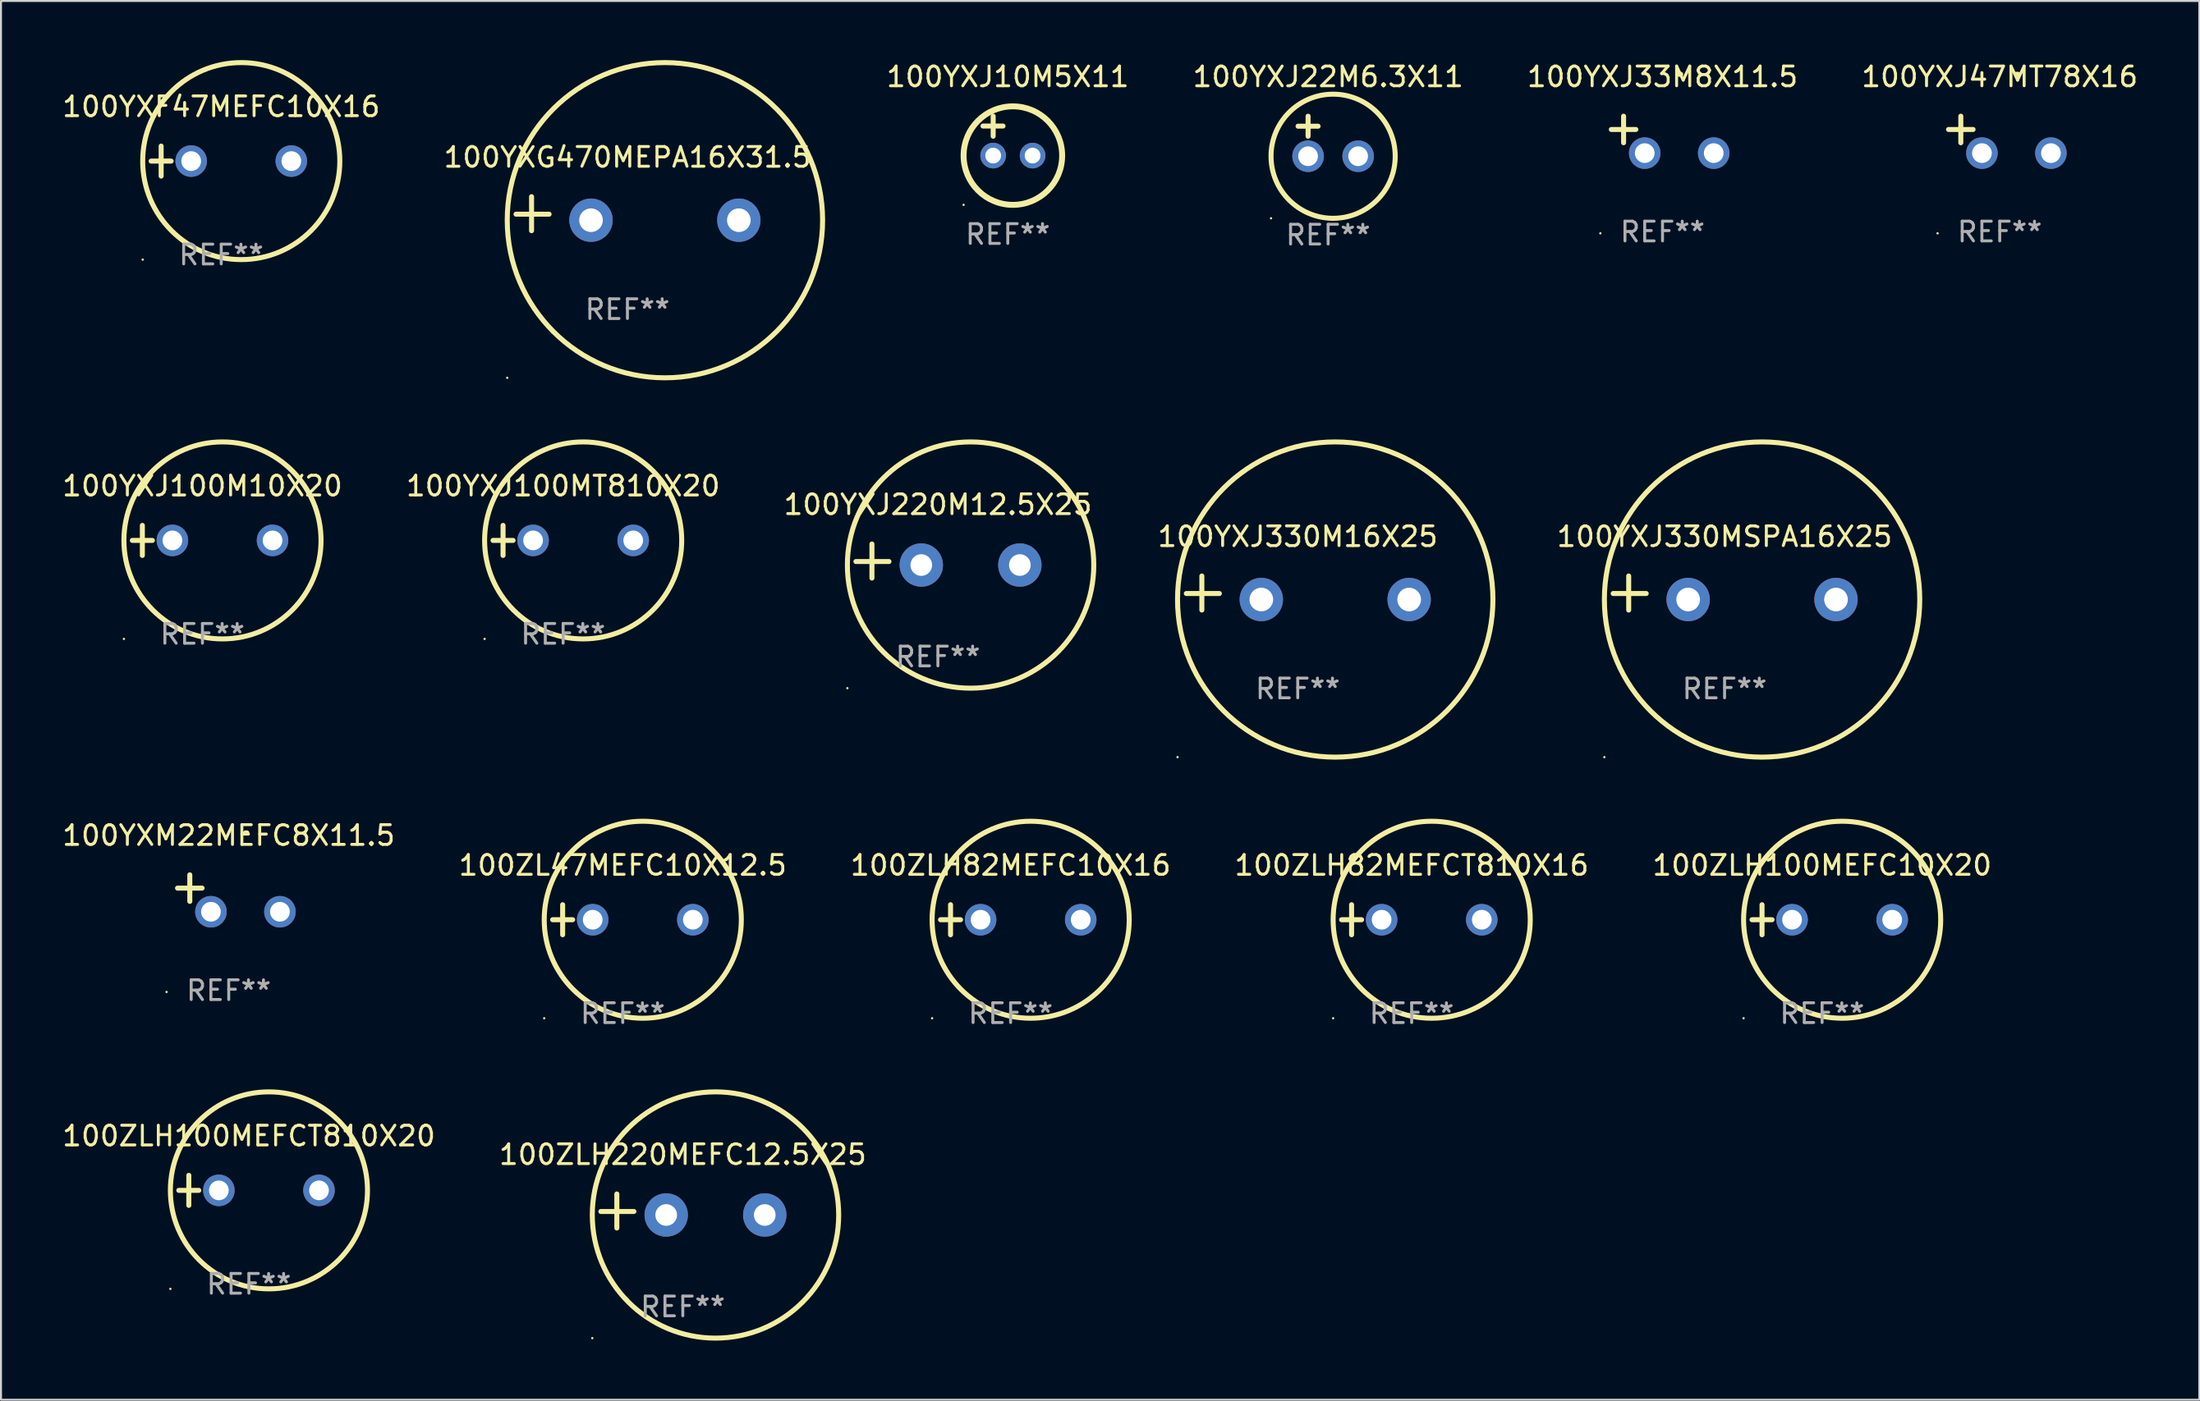
<source format=kicad_pcb>
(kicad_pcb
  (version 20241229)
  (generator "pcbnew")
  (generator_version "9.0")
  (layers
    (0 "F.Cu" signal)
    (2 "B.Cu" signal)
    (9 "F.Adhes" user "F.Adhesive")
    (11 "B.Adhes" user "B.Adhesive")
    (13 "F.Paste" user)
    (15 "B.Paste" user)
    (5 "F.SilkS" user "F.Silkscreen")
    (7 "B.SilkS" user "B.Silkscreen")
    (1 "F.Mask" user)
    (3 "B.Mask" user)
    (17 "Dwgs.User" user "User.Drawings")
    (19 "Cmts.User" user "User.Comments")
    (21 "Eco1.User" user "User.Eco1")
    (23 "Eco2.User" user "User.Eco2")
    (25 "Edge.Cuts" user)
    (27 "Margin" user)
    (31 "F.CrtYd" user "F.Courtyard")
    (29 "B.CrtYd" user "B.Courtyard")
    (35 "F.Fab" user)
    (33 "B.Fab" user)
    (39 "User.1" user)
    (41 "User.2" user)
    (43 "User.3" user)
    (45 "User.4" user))
  (footprint "100YXM22MEFC8X11.5"
    (layer "F.Cu")
    (at 8.554 42.293)
    (property "Reference" "100YXM22MEFC8X11.5" (at 0 -2.937 0) (layer "F.SilkS") (effects (font (size 1 1) (thickness 0.15))))
    (attr through_hole)
    (fp_line (start -1.975 0.41) (end -1.975 -0.937) (stroke (width 0.254) (type solid)) (layer "F.SilkS"))
    (fp_line (start -1.353 -0.263) (end -2.597 -0.263) (stroke (width 0.254) (type solid)) (layer "F.SilkS"))
    (fp_arc (start 0.849809 -3.063957) (mid 0.885369 -3.064114) (end 0.920929 -3.063957) (stroke (width 0.254001) (type solid)) (layer "F.SilkS"))
    (fp_circle (center -3.154 5.008) (end -3.124 5.008) (stroke (width 0.06) (type solid)) (fill no) (layer "F.SilkS"))
    (fp_text user "REF**" (at 0 4.937 0) (layer "F.Fab") (effects (font (size 1 1) (thickness 0.15))))
    (pad "1" thru_hole circle (at -0.903 0.937) (size 1.6 1.6) (drill 1) (layers "*.Cu" "*.Mask"))
    (pad "2" thru_hole circle (at 2.597 0.937) (size 1.6 1.6) (drill 1) (layers "*.Cu" "*.Mask")))
  (footprint "100ZLH82MEFCT810X16"
    (layer "F.Cu")
    (at 68.565 43.635)
    (property "Reference" "100ZLH82MEFCT810X16" (at 0 -2.762 0) (layer "F.SilkS") (effects (font (size 1 1) (thickness 0.15))))
    (attr through_hole)
    (fp_line (start -3.556 0) (end -2.54 0) (stroke (width 0.254) (type solid)) (layer "F.SilkS"))
    (fp_line (start -3.048 -0.762) (end -3.048 0.762) (stroke (width 0.254) (type solid)) (layer "F.SilkS"))
    (fp_circle (center -3.984 5) (end -3.954 5) (stroke (width 0.06) (type solid)) (fill no) (layer "F.SilkS"))
    (fp_circle (center 1.016 0) (end 6.016 0) (stroke (width 0.254) (type solid)) (fill no) (layer "F.SilkS"))
    (fp_text user "REF**" (at 0 4.762 0) (layer "F.Fab") (effects (font (size 1 1) (thickness 0.15))))
    (pad "1" thru_hole circle (at -1.524 0) (size 1.6 1.6) (drill 1) (layers "*.Cu" "*.Mask"))
    (pad "2" thru_hole circle (at 3.556 0) (size 1.6 1.6) (drill 1) (layers "*.Cu" "*.Mask")))
  (footprint "100YXJ22M6.3X11"
    (layer "F.Cu")
    (at 64.326 3.864)
    (property "Reference" "100YXJ22M6.3X11" (at 0 -3.016 0) (layer "F.SilkS") (effects (font (size 1 1) (thickness 0.15))))
    (attr through_hole)
    (fp_line (start -1.524 -0.508) (end -0.508 -0.508) (stroke (width 0.254) (type solid)) (layer "F.SilkS"))
    (fp_line (start -1.016 -1.016) (end -1.016 0) (stroke (width 0.254) (type solid)) (layer "F.SilkS"))
    (fp_circle (center -2.896 4.166) (end -2.866 4.166) (stroke (width 0.06) (type solid)) (fill no) (layer "F.SilkS"))
    (fp_circle (center 0.254 1.016) (end 3.404 1.016) (stroke (width 0.254) (type solid)) (fill no) (layer "F.SilkS"))
    (fp_text user "REF**" (at 0 5.016 0) (layer "F.Fab") (effects (font (size 1 1) (thickness 0.15))))
    (pad "1" thru_hole circle (at -1.016 1.016) (size 1.6 1.6) (drill 1) (layers "*.Cu" "*.Mask"))
    (pad "2" thru_hole circle (at 1.524 1.016) (size 1.6 1.6) (drill 1) (layers "*.Cu" "*.Mask")))
  (footprint "100YXJ330M16X25"
    (layer "F.Cu")
    (at 62.785 27.051)
    (property "Reference" "100YXJ330M16X25" (at 0 -2.864 0) (layer "F.SilkS") (effects (font (size 1 1) (thickness 0.15))))
    (attr through_hole)
    (fp_line (start -4.864 0.864) (end -4.864 -0.864) (stroke (width 0.254) (type solid)) (layer "F.SilkS"))
    (fp_line (start -3.975 0.025) (end -5.652 0.025) (stroke (width 0.254) (type solid)) (layer "F.SilkS"))
    (fp_circle (center -6.098 8.33) (end -6.068 8.33) (stroke (width 0.06) (type solid)) (fill no) (layer "F.SilkS"))
    (fp_circle (center 1.902 0.33) (end 9.902 0.33) (stroke (width 0.254) (type solid)) (fill no) (layer "F.SilkS"))
    (fp_text user "REF**" (at 0 4.864 0) (layer "F.Fab") (effects (font (size 1 1) (thickness 0.15))))
    (pad "1" thru_hole circle (at -1.848 0.33) (size 2.2 2.2) (drill 1.2) (layers "*.Cu" "*.Mask"))
    (pad "2" thru_hole circle (at 5.652 0.33) (size 2.2 2.2) (drill 1.2) (layers "*.Cu" "*.Mask")))
  (footprint "100ZLH100MEFC10X20"
    (layer "F.Cu")
    (at 89.387 43.635)
    (property "Reference" "100ZLH100MEFC10X20" (at 0 -2.762 0) (layer "F.SilkS") (effects (font (size 1 1) (thickness 0.15))))
    (attr through_hole)
    (fp_line (start -3.556 0) (end -2.54 0) (stroke (width 0.254) (type solid)) (layer "F.SilkS"))
    (fp_line (start -3.048 -0.762) (end -3.048 0.762) (stroke (width 0.254) (type solid)) (layer "F.SilkS"))
    (fp_circle (center -3.984 5) (end -3.954 5) (stroke (width 0.06) (type solid)) (fill no) (layer "F.SilkS"))
    (fp_circle (center 1.016 0) (end 6.016 0) (stroke (width 0.254) (type solid)) (fill no) (layer "F.SilkS"))
    (fp_text user "REF**" (at 0 4.762 0) (layer "F.Fab") (effects (font (size 1 1) (thickness 0.15))))
    (pad "1" thru_hole circle (at -1.524 0) (size 1.6 1.6) (drill 1) (layers "*.Cu" "*.Mask"))
    (pad "2" thru_hole circle (at 3.556 0) (size 1.6 1.6) (drill 1) (layers "*.Cu" "*.Mask")))
  (footprint "100YXG470MEPA16X31.5"
    (layer "F.Cu")
    (at 28.78 7.797)
    (property "Reference" "100YXG470MEPA16X31.5" (at 0 -2.864 0) (layer "F.SilkS") (effects (font (size 1 1) (thickness 0.15))))
    (attr through_hole)
    (fp_line (start -4.864 0.864) (end -4.864 -0.864) (stroke (width 0.254) (type solid)) (layer "F.SilkS"))
    (fp_line (start -3.975 0.025) (end -5.652 0.025) (stroke (width 0.254) (type solid)) (layer "F.SilkS"))
    (fp_circle (center -6.098 8.33) (end -6.068 8.33) (stroke (width 0.06) (type solid)) (fill no) (layer "F.SilkS"))
    (fp_circle (center 1.902 0.33) (end 9.902 0.33) (stroke (width 0.254) (type solid)) (fill no) (layer "F.SilkS"))
    (fp_text user "REF**" (at 0 4.864 0) (layer "F.Fab") (effects (font (size 1 1) (thickness 0.15))))
    (pad "1" thru_hole circle (at -1.848 0.33) (size 2.2 2.2) (drill 1.2) (layers "*.Cu" "*.Mask"))
    (pad "2" thru_hole circle (at 5.652 0.33) (size 2.2 2.2) (drill 1.2) (layers "*.Cu" "*.Mask")))
  (footprint "100YXF47MEFC10X16"
    (layer "F.Cu")
    (at 8.173 5.127)
    (property "Reference" "100YXF47MEFC10X16" (at 0 -2.762 0) (layer "F.SilkS") (effects (font (size 1 1) (thickness 0.15))))
    (attr through_hole)
    (fp_line (start -3.556 0) (end -2.54 0) (stroke (width 0.254) (type solid)) (layer "F.SilkS"))
    (fp_line (start -3.048 -0.762) (end -3.048 0.762) (stroke (width 0.254) (type solid)) (layer "F.SilkS"))
    (fp_circle (center -3.984 5) (end -3.954 5) (stroke (width 0.06) (type solid)) (fill no) (layer "F.SilkS"))
    (fp_circle (center 1.016 0) (end 6.016 0) (stroke (width 0.254) (type solid)) (fill no) (layer "F.SilkS"))
    (fp_text user "REF**" (at 0 4.762 0) (layer "F.Fab") (effects (font (size 1 1) (thickness 0.15))))
    (pad "1" thru_hole circle (at -1.524 0) (size 1.6 1.6) (drill 1) (layers "*.Cu" "*.Mask"))
    (pad "2" thru_hole circle (at 3.556 0) (size 1.6 1.6) (drill 1) (layers "*.Cu" "*.Mask")))
  (footprint "100ZLH100MEFCT810X20"
    (layer "F.Cu")
    (at 9.577 57.372)
    (property "Reference" "100ZLH100MEFCT810X20" (at 0 -2.762 0) (layer "F.SilkS") (effects (font (size 1 1) (thickness 0.15))))
    (attr through_hole)
    (fp_line (start -3.556 0) (end -2.54 0) (stroke (width 0.254) (type solid)) (layer "F.SilkS"))
    (fp_line (start -3.048 -0.762) (end -3.048 0.762) (stroke (width 0.254) (type solid)) (layer "F.SilkS"))
    (fp_circle (center -3.984 5) (end -3.954 5) (stroke (width 0.06) (type solid)) (fill no) (layer "F.SilkS"))
    (fp_circle (center 1.016 0) (end 6.016 0) (stroke (width 0.254) (type solid)) (fill no) (layer "F.SilkS"))
    (fp_text user "REF**" (at 0 4.762 0) (layer "F.Fab") (effects (font (size 1 1) (thickness 0.15))))
    (pad "1" thru_hole circle (at -1.524 0) (size 1.6 1.6) (drill 1) (layers "*.Cu" "*.Mask"))
    (pad "2" thru_hole circle (at 3.556 0) (size 1.6 1.6) (drill 1) (layers "*.Cu" "*.Mask")))
  (footprint "100YXJ100M10X20"
    (layer "F.Cu")
    (at 7.22 24.381)
    (property "Reference" "100YXJ100M10X20" (at 0 -2.762 0) (layer "F.SilkS") (effects (font (size 1 1) (thickness 0.15))))
    (attr through_hole)
    (fp_line (start -3.556 0) (end -2.54 0) (stroke (width 0.254) (type solid)) (layer "F.SilkS"))
    (fp_line (start -3.048 -0.762) (end -3.048 0.762) (stroke (width 0.254) (type solid)) (layer "F.SilkS"))
    (fp_circle (center -3.984 5) (end -3.954 5) (stroke (width 0.06) (type solid)) (fill no) (layer "F.SilkS"))
    (fp_circle (center 1.016 0) (end 6.016 0) (stroke (width 0.254) (type solid)) (fill no) (layer "F.SilkS"))
    (fp_text user "REF**" (at 0 4.762 0) (layer "F.Fab") (effects (font (size 1 1) (thickness 0.15))))
    (pad "1" thru_hole circle (at -1.524 0) (size 1.6 1.6) (drill 1) (layers "*.Cu" "*.Mask"))
    (pad "2" thru_hole circle (at 3.556 0) (size 1.6 1.6) (drill 1) (layers "*.Cu" "*.Mask")))
  (footprint "100YXJ330MSPA16X25"
    (layer "F.Cu")
    (at 84.439 27.051)
    (property "Reference" "100YXJ330MSPA16X25" (at 0 -2.864 0) (layer "F.SilkS") (effects (font (size 1 1) (thickness 0.15))))
    (attr through_hole)
    (fp_line (start -4.864 0.864) (end -4.864 -0.864) (stroke (width 0.254) (type solid)) (layer "F.SilkS"))
    (fp_line (start -3.975 0.025) (end -5.652 0.025) (stroke (width 0.254) (type solid)) (layer "F.SilkS"))
    (fp_circle (center -6.098 8.33) (end -6.068 8.33) (stroke (width 0.06) (type solid)) (fill no) (layer "F.SilkS"))
    (fp_circle (center 1.902 0.33) (end 9.902 0.33) (stroke (width 0.254) (type solid)) (fill no) (layer "F.SilkS"))
    (fp_text user "REF**" (at 0 4.864 0) (layer "F.Fab") (effects (font (size 1 1) (thickness 0.15))))
    (pad "1" thru_hole circle (at -1.848 0.33) (size 2.2 2.2) (drill 1.2) (layers "*.Cu" "*.Mask"))
    (pad "2" thru_hole circle (at 5.652 0.33) (size 2.2 2.2) (drill 1.2) (layers "*.Cu" "*.Mask")))
  (footprint "100ZLH220MEFC12.5X25"
    (layer "F.Cu")
    (at 31.589 58.419)
    (property "Reference" "100ZLH220MEFC12.5X25" (at 0 -2.864 0) (layer "F.SilkS") (effects (font (size 1 1) (thickness 0.15))))
    (attr through_hole)
    (fp_line (start -3.346 0.864) (end -3.346 -0.864) (stroke (width 0.254) (type solid)) (layer "F.SilkS"))
    (fp_line (start -2.482 0.025) (end -4.158 0.025) (stroke (width 0.254) (type solid)) (layer "F.SilkS"))
    (fp_circle (center -4.592 6.453) (end -4.562 6.453) (stroke (width 0.06) (type solid)) (fill no) (layer "F.SilkS"))
    (fp_circle (center 1.658 0.203) (end 7.908 0.203) (stroke (width 0.254) (type solid)) (fill no) (layer "F.SilkS"))
    (fp_text user "REF**" (at 0 4.864 0) (layer "F.Fab") (effects (font (size 1 1) (thickness 0.15))))
    (pad "1" thru_hole circle (at -0.842 0.203) (size 2.2 2.2) (drill 1.1) (layers "*.Cu" "*.Mask"))
    (pad "2" thru_hole circle (at 4.158 0.203) (size 2.2 2.2) (drill 1.1) (layers "*.Cu" "*.Mask")))
  (footprint "100YXJ220M12.5X25"
    (layer "F.Cu")
    (at 44.53 25.428)
    (property "Reference" "100YXJ220M12.5X25" (at 0 -2.864 0) (layer "F.SilkS") (effects (font (size 1 1) (thickness 0.15))))
    (attr through_hole)
    (fp_line (start -3.346 0.864) (end -3.346 -0.864) (stroke (width 0.254) (type solid)) (layer "F.SilkS"))
    (fp_line (start -2.482 0.025) (end -4.158 0.025) (stroke (width 0.254) (type solid)) (layer "F.SilkS"))
    (fp_circle (center -4.592 6.453) (end -4.562 6.453) (stroke (width 0.06) (type solid)) (fill no) (layer "F.SilkS"))
    (fp_circle (center 1.658 0.203) (end 7.908 0.203) (stroke (width 0.254) (type solid)) (fill no) (layer "F.SilkS"))
    (fp_text user "REF**" (at 0 4.864 0) (layer "F.Fab") (effects (font (size 1 1) (thickness 0.15))))
    (pad "1" thru_hole circle (at -0.842 0.203) (size 2.2 2.2) (drill 1.1) (layers "*.Cu" "*.Mask"))
    (pad "2" thru_hole circle (at 4.158 0.203) (size 2.2 2.2) (drill 1.1) (layers "*.Cu" "*.Mask")))
  (footprint "100ZLH82MEFC10X16"
    (layer "F.Cu")
    (at 48.22 43.635)
    (property "Reference" "100ZLH82MEFC10X16" (at 0 -2.762 0) (layer "F.SilkS") (effects (font (size 1 1) (thickness 0.15))))
    (attr through_hole)
    (fp_line (start -3.556 0) (end -2.54 0) (stroke (width 0.254) (type solid)) (layer "F.SilkS"))
    (fp_line (start -3.048 -0.762) (end -3.048 0.762) (stroke (width 0.254) (type solid)) (layer "F.SilkS"))
    (fp_circle (center -3.984 5) (end -3.954 5) (stroke (width 0.06) (type solid)) (fill no) (layer "F.SilkS"))
    (fp_circle (center 1.016 0) (end 6.016 0) (stroke (width 0.254) (type solid)) (fill no) (layer "F.SilkS"))
    (fp_text user "REF**" (at 0 4.762 0) (layer "F.Fab") (effects (font (size 1 1) (thickness 0.15))))
    (pad "1" thru_hole circle (at -1.524 0) (size 1.6 1.6) (drill 1) (layers "*.Cu" "*.Mask"))
    (pad "2" thru_hole circle (at 3.556 0) (size 1.6 1.6) (drill 1) (layers "*.Cu" "*.Mask")))
  (footprint "100ZL47MEFC10X12.5"
    (layer "F.Cu")
    (at 28.542 43.635)
    (property "Reference" "100ZL47MEFC10X12.5" (at 0 -2.762 0) (layer "F.SilkS") (effects (font (size 1 1) (thickness 0.15))))
    (attr through_hole)
    (fp_line (start -3.556 0) (end -2.54 0) (stroke (width 0.254) (type solid)) (layer "F.SilkS"))
    (fp_line (start -3.048 -0.762) (end -3.048 0.762) (stroke (width 0.254) (type solid)) (layer "F.SilkS"))
    (fp_circle (center -3.984 5) (end -3.954 5) (stroke (width 0.06) (type solid)) (fill no) (layer "F.SilkS"))
    (fp_circle (center 1.016 0) (end 6.016 0) (stroke (width 0.254) (type solid)) (fill no) (layer "F.SilkS"))
    (fp_text user "REF**" (at 0 4.762 0) (layer "F.Fab") (effects (font (size 1 1) (thickness 0.15))))
    (pad "1" thru_hole circle (at -1.524 0) (size 1.6 1.6) (drill 1) (layers "*.Cu" "*.Mask"))
    (pad "2" thru_hole circle (at 3.556 0) (size 1.6 1.6) (drill 1) (layers "*.Cu" "*.Mask")))
  (footprint "100YXJ47MT78X16"
    (layer "F.Cu")
    (at 98.398 3.785)
    (property "Reference" "100YXJ47MT78X16" (at 0 -2.937 0) (layer "F.SilkS") (effects (font (size 1 1) (thickness 0.15))))
    (attr through_hole)
    (fp_line (start -1.975 0.41) (end -1.975 -0.937) (stroke (width 0.254) (type solid)) (layer "F.SilkS"))
    (fp_line (start -1.353 -0.263) (end -2.597 -0.263) (stroke (width 0.254) (type solid)) (layer "F.SilkS"))
    (fp_arc (start 0.849809 -3.063957) (mid 0.885369 -3.064114) (end 0.920929 -3.063957) (stroke (width 0.254001) (type solid)) (layer "F.SilkS"))
    (fp_circle (center -3.154 5.008) (end -3.124 5.008) (stroke (width 0.06) (type solid)) (fill no) (layer "F.SilkS"))
    (fp_text user "REF**" (at 0 4.937 0) (layer "F.Fab") (effects (font (size 1 1) (thickness 0.15))))
    (pad "1" thru_hole circle (at -0.903 0.937) (size 1.6 1.6) (drill 1) (layers "*.Cu" "*.Mask"))
    (pad "2" thru_hole circle (at 2.597 0.937) (size 1.6 1.6) (drill 1) (layers "*.Cu" "*.Mask")))
  (footprint "100YXJ33M8X11.5"
    (layer "F.Cu")
    (at 81.291 3.785)
    (property "Reference" "100YXJ33M8X11.5" (at 0 -2.937 0) (layer "F.SilkS") (effects (font (size 1 1) (thickness 0.15))))
    (attr through_hole)
    (fp_line (start -1.975 0.41) (end -1.975 -0.937) (stroke (width 0.254) (type solid)) (layer "F.SilkS"))
    (fp_line (start -1.353 -0.263) (end -2.597 -0.263) (stroke (width 0.254) (type solid)) (layer "F.SilkS"))
    (fp_arc (start 0.849809 -3.063957) (mid 0.885369 -3.064114) (end 0.920929 -3.063957) (stroke (width 0.254001) (type solid)) (layer "F.SilkS"))
    (fp_circle (center -3.154 5.008) (end -3.124 5.008) (stroke (width 0.06) (type solid)) (fill no) (layer "F.SilkS"))
    (fp_text user "REF**" (at 0 4.937 0) (layer "F.Fab") (effects (font (size 1 1) (thickness 0.15))))
    (pad "1" thru_hole circle (at -0.903 0.937) (size 1.6 1.6) (drill 1) (layers "*.Cu" "*.Mask"))
    (pad "2" thru_hole circle (at 2.597 0.937) (size 1.6 1.6) (drill 1) (layers "*.Cu" "*.Mask")))
  (footprint "100YXJ100MT810X20"
    (layer "F.Cu")
    (at 25.518 24.381)
    (property "Reference" "100YXJ100MT810X20" (at 0 -2.762 0) (layer "F.SilkS") (effects (font (size 1 1) (thickness 0.15))))
    (attr through_hole)
    (fp_line (start -3.556 0) (end -2.54 0) (stroke (width 0.254) (type solid)) (layer "F.SilkS"))
    (fp_line (start -3.048 -0.762) (end -3.048 0.762) (stroke (width 0.254) (type solid)) (layer "F.SilkS"))
    (fp_circle (center -3.984 5) (end -3.954 5) (stroke (width 0.06) (type solid)) (fill no) (layer "F.SilkS"))
    (fp_circle (center 1.016 0) (end 6.016 0) (stroke (width 0.254) (type solid)) (fill no) (layer "F.SilkS"))
    (fp_text user "REF**" (at 0 4.762 0) (layer "F.Fab") (effects (font (size 1 1) (thickness 0.15))))
    (pad "1" thru_hole circle (at -1.524 0) (size 1.6 1.6) (drill 1) (layers "*.Cu" "*.Mask"))
    (pad "2" thru_hole circle (at 3.556 0) (size 1.6 1.6) (drill 1) (layers "*.Cu" "*.Mask")))
  (footprint "100YXJ10M5X11"
    (layer "F.Cu")
    (at 48.076 3.848)
    (property "Reference" "100YXJ10M5X11" (at 0 -3 0) (layer "F.SilkS") (effects (font (size 1 1) (thickness 0.15))))
    (attr through_hole)
    (fp_line (start -1.258 -0.5) (end -0.242 -0.5) (stroke (width 0.254) (type solid)) (layer "F.SilkS"))
    (fp_line (start -0.742 -1) (end -0.742 0.016) (stroke (width 0.254) (type solid)) (layer "F.SilkS"))
    (fp_circle (center -2.242 3.5) (end -2.212 3.5) (stroke (width 0.06) (type solid)) (fill no) (layer "F.SilkS"))
    (fp_circle (center 0.258 1) (end 2.758 1) (stroke (width 0.3) (type solid)) (fill no) (layer "F.SilkS"))
    (fp_text user "REF**" (at 0 5 0) (layer "F.Fab") (effects (font (size 1 1) (thickness 0.15))))
    (pad "1" thru_hole circle (at -0.742 1) (size 1.3 1.3) (drill 0.8) (layers "*.Cu" "*.Mask"))
    (pad "2" thru_hole circle (at 1.258 1) (size 1.3 1.3) (drill 0.8) (layers "*.Cu" "*.Mask")))
  (gr_rect
    (start -3 -3)
    (end 108.523 67.999)
    (stroke (width 0.1) (type default))
    (fill no)
    (layer "Edge.Cuts")))
</source>
